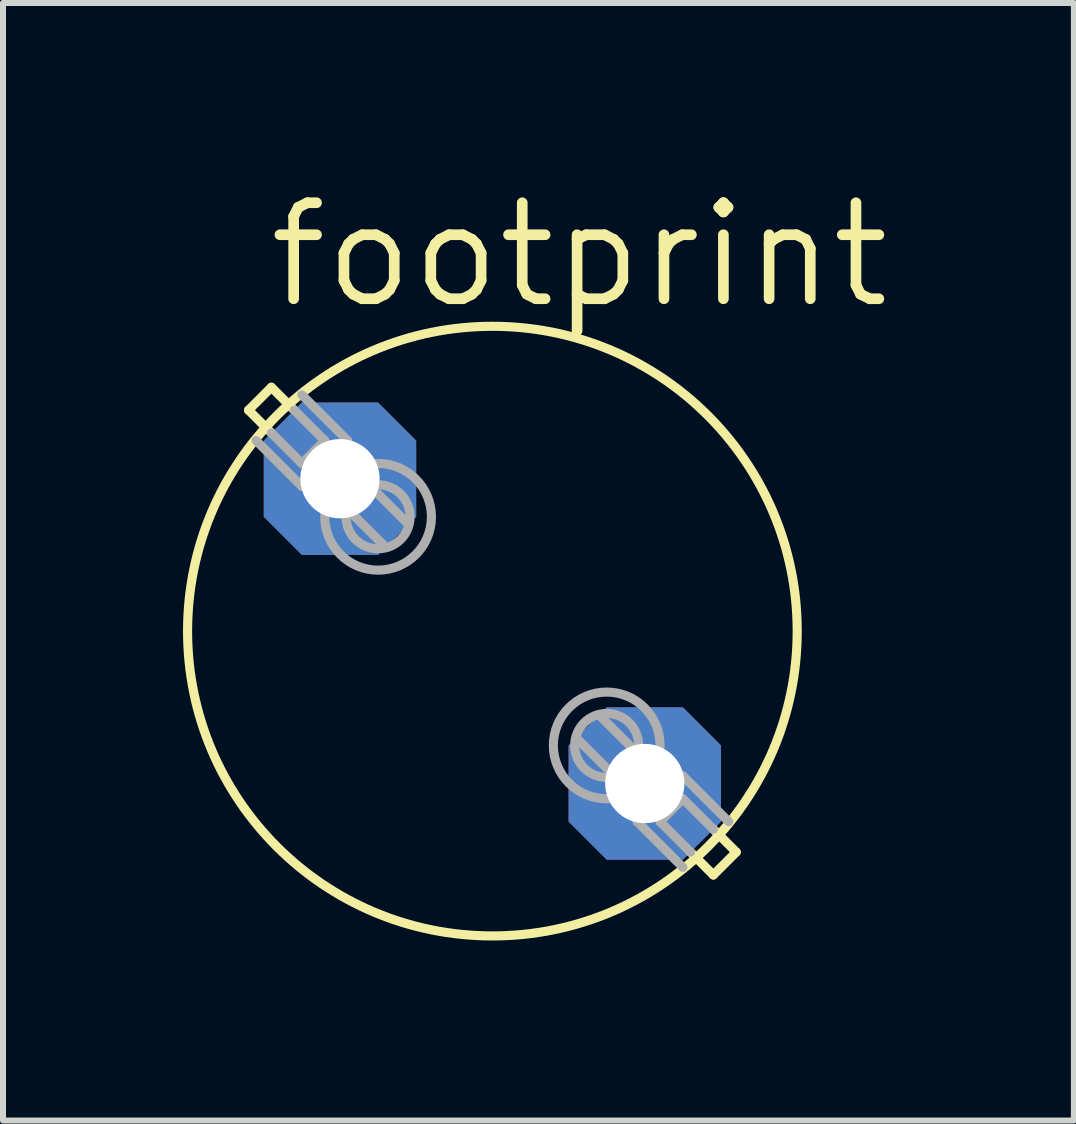
<source format=kicad_pcb>
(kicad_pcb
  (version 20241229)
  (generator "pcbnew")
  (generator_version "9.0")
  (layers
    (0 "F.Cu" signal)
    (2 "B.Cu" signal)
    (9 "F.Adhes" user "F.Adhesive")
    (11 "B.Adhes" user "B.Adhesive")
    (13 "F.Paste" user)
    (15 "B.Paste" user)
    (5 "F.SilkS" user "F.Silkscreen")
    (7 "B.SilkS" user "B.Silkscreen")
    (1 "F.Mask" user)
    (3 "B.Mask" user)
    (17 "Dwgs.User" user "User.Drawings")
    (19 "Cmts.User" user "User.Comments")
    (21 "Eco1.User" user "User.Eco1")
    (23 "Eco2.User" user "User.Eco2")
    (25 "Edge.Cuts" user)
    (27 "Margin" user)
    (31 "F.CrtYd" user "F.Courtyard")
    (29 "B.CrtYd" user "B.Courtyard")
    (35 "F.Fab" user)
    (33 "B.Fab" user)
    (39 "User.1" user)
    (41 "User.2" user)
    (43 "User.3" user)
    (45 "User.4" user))
  (footprint "footprint"
    (layer "F.Cu")
    (at 5.156 7.468)
    (property "Reference" "footprint" (at -3.81 -5.334 0) (layer "F.SilkS") (effects (font (size 1.6 1.6) (thickness 0.178)) (justify left bottom)))
    (fp_line (start -4.064 -3.683) (end -3.683 -4.064) (stroke (width 0.152) (type solid)) (layer "F.SilkS"))
    (fp_line (start -4.064 -3.683) (end -3.683 -3.302) (stroke (width 0.152) (type solid)) (layer "F.SilkS"))
    (fp_line (start -3.683 -4.064) (end -3.302 -3.683) (stroke (width 0.152) (type solid)) (layer "F.SilkS"))
    (fp_line (start 3.302 3.683) (end 3.683 4.064) (stroke (width 0.152) (type solid)) (layer "F.SilkS"))
    (fp_line (start 4.064 3.683) (end 3.683 3.302) (stroke (width 0.152) (type solid)) (layer "F.SilkS"))
    (fp_line (start 4.064 3.683) (end 3.683 4.064) (stroke (width 0.152) (type solid)) (layer "F.SilkS"))
    (fp_circle (center 0 0) (end 5.08 0) (stroke (width 0.152) (type solid)) (fill no) (layer "F.SilkS"))
    (fp_line (start -3.937 -3.175) (end -3.175 -2.413) (stroke (width 0.152) (type solid)) (layer "F.Fab"))
    (fp_line (start -3.683 -3.302) (end -3.175 -2.794) (stroke (width 0.152) (type solid)) (layer "F.Fab"))
    (fp_line (start -3.302 -3.683) (end -2.794 -3.175) (stroke (width 0.152) (type solid)) (layer "F.Fab"))
    (fp_line (start -3.175 -3.937) (end -2.413 -3.175) (stroke (width 0.152) (type solid)) (layer "F.Fab"))
    (fp_line (start -3.175 -2.794) (end -2.794 -3.175) (stroke (width 0.152) (type solid)) (layer "F.Fab"))
    (fp_line (start -3.175 -2.413) (end -2.413 -3.175) (stroke (width 0.152) (type solid)) (layer "F.Fab"))
    (fp_line (start -2.413 -2.032) (end -1.778 -1.397) (stroke (width 0.152) (type solid)) (layer "F.Fab"))
    (fp_line (start -2.032 -2.413) (end -1.397 -1.778) (stroke (width 0.152) (type solid)) (layer "F.Fab"))
    (fp_line (start 1.397 1.778) (end 2.032 2.413) (stroke (width 0.152) (type solid)) (layer "F.Fab"))
    (fp_line (start 1.778 1.397) (end 2.413 2.032) (stroke (width 0.152) (type solid)) (layer "F.Fab"))
    (fp_line (start 2.413 3.175) (end 3.175 2.413) (stroke (width 0.152) (type solid)) (layer "F.Fab"))
    (fp_line (start 2.794 3.175) (end 3.175 2.794) (stroke (width 0.152) (type solid)) (layer "F.Fab"))
    (fp_line (start 3.175 2.413) (end 3.937 3.175) (stroke (width 0.152) (type solid)) (layer "F.Fab"))
    (fp_line (start 3.175 3.937) (end 2.413 3.175) (stroke (width 0.152) (type solid)) (layer "F.Fab"))
    (fp_line (start 3.302 3.683) (end 2.794 3.175) (stroke (width 0.152) (type solid)) (layer "F.Fab"))
    (fp_line (start 3.683 3.302) (end 3.175 2.794) (stroke (width 0.152) (type solid)) (layer "F.Fab"))
    (fp_circle (center -1.905 -1.905) (end -1.372 -1.905) (stroke (width 0.152) (type solid)) (fill no) (layer "F.Fab"))
    (fp_circle (center -1.905 -1.905) (end -1.016 -1.905) (stroke (width 0.152) (type solid)) (fill no) (layer "F.Fab"))
    (fp_circle (center 1.905 1.905) (end 2.438 1.905) (stroke (width 0.152) (type solid)) (fill no) (layer "F.Fab"))
    (fp_circle (center 1.905 1.905) (end 2.794 1.905) (stroke (width 0.152) (type solid)) (fill no) (layer "F.Fab"))
    (pad "1" thru_hole roundrect (at -2.54 -2.54) (size 2.54 2.54) (drill 1.321) (layers "*.Cu" "*.Mask") (roundrect_rratio 0.25) (chamfer_ratio 0.25) (chamfer top_left top_right bottom_left bottom_right))
    (pad "2" thru_hole roundrect (at 2.54 2.54) (size 2.54 2.54) (drill 1.321) (layers "*.Cu" "*.Mask") (roundrect_rratio 0.25) (chamfer_ratio 0.25) (chamfer top_left top_right bottom_left bottom_right)))
  (gr_rect
    (start -3 -3)
    (end 14.847 15.624)
    (stroke (width 0.1) (type default))
    (fill no)
    (layer "Edge.Cuts")))
</source>
